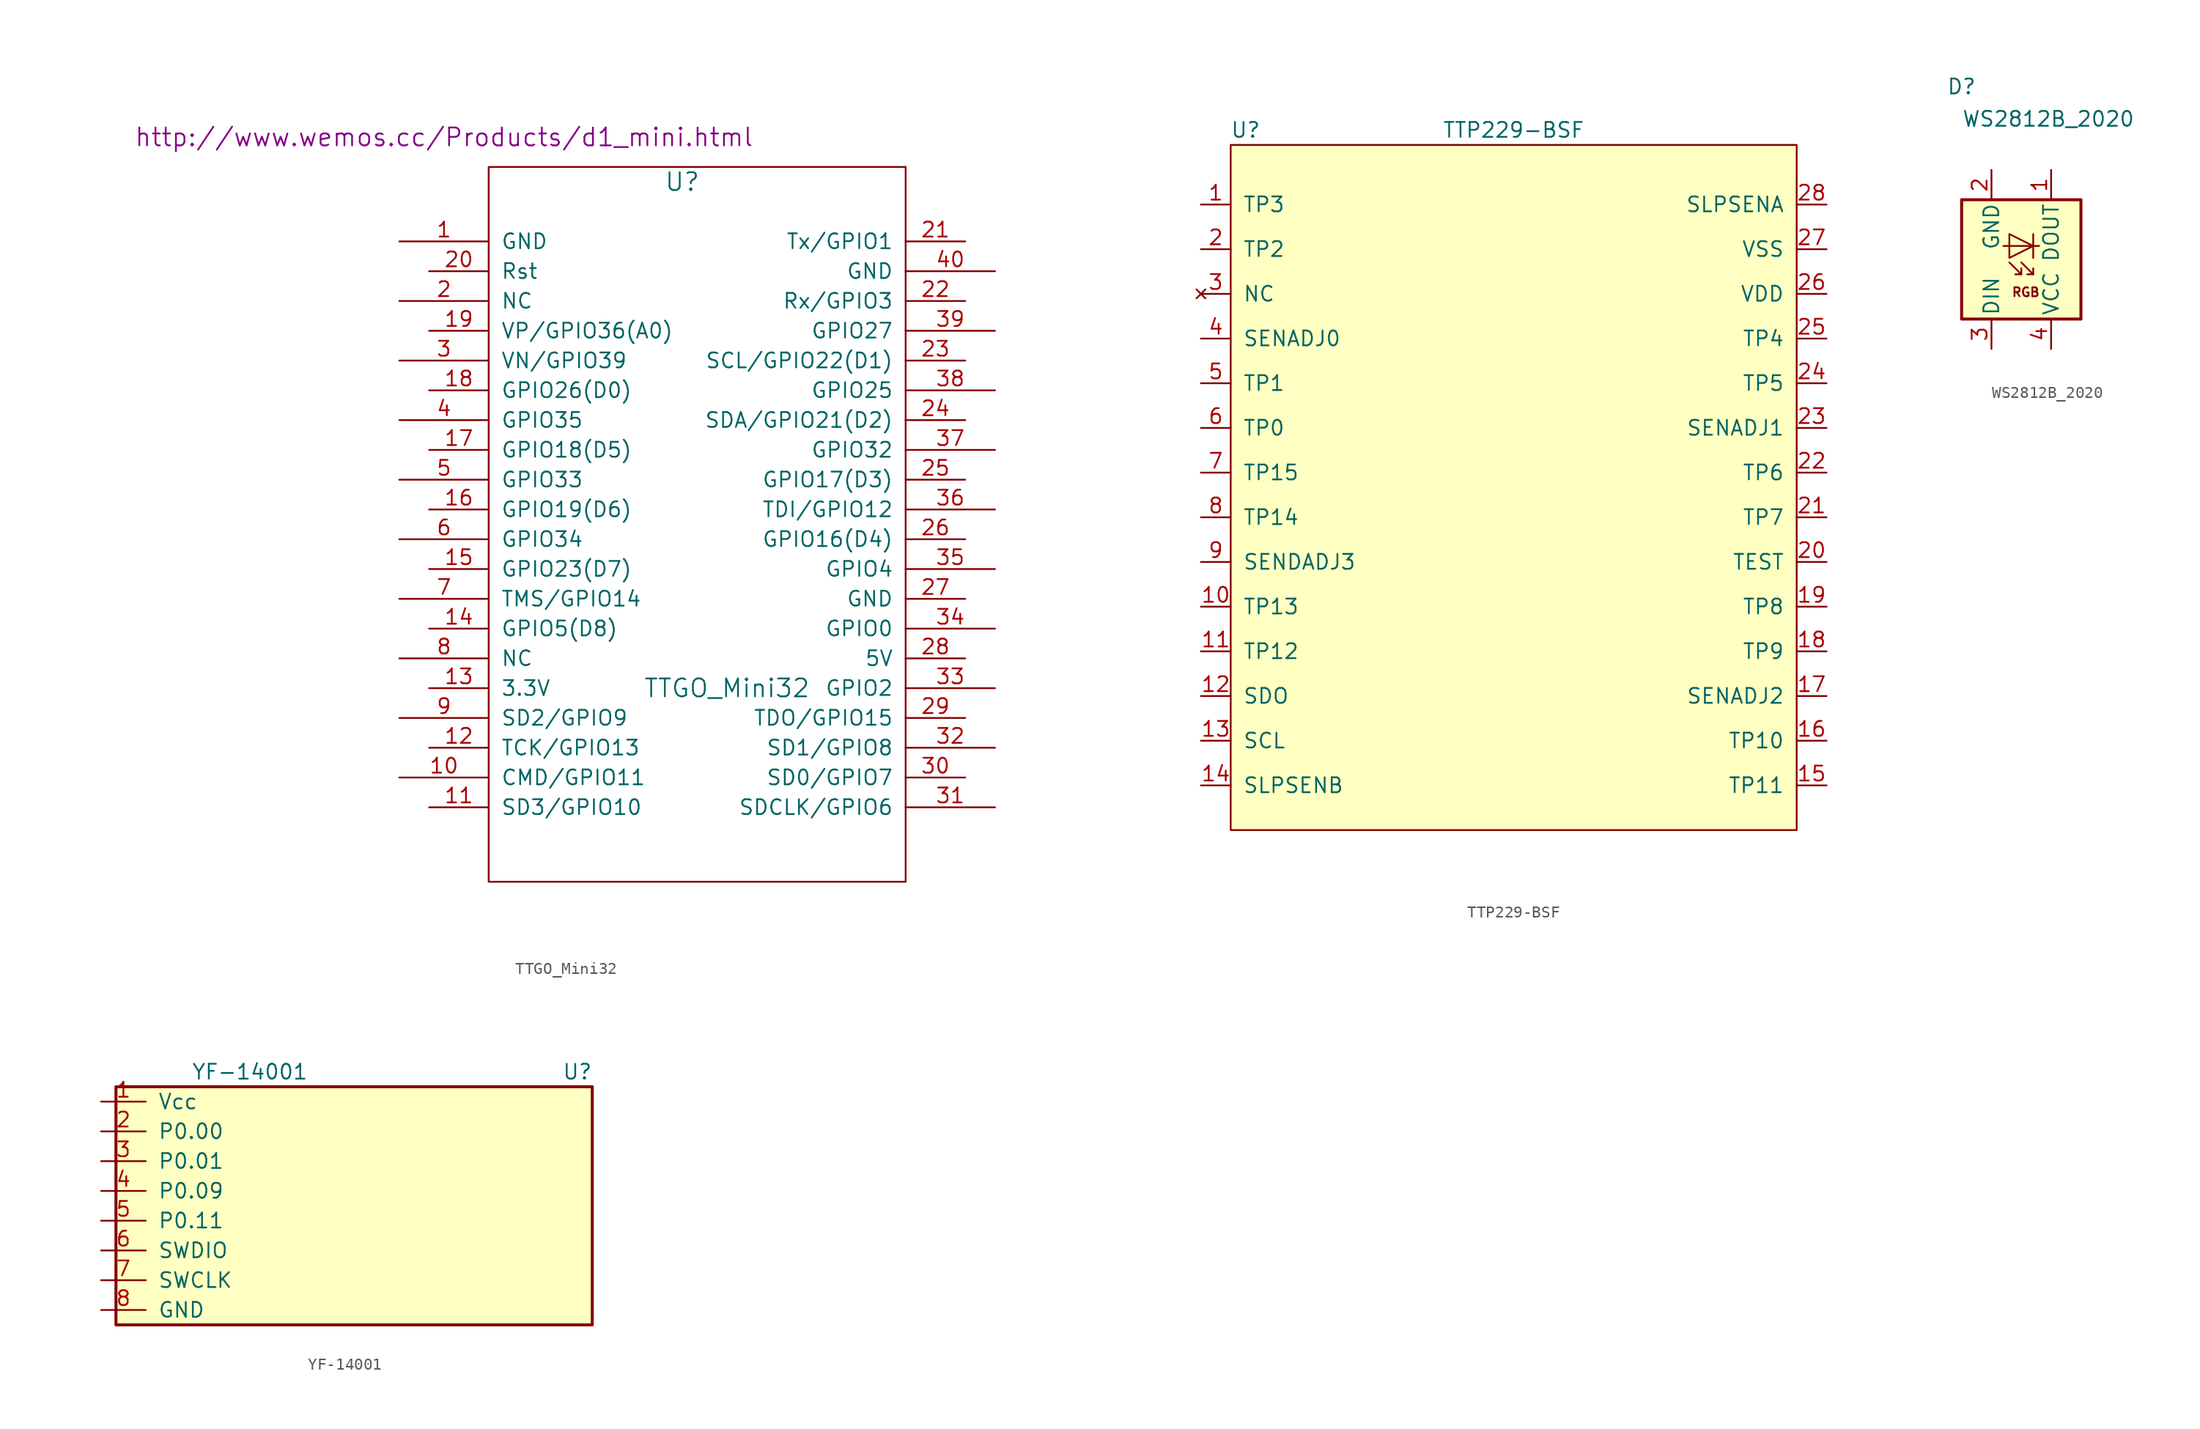
<source format=kicad_sym>
(kicad_symbol_lib
  (version 20231120)
  (generator "kicad_symbol_editor")
  (generator_version "8.0")
  (symbol "TTGO_Mini32"
    (pin_names
      (offset 1.016))
    (property "Reference" "U"
      (at -2.54 27.94 0)
      (effects (font (size 1.524 1.524))))
    (property "Value" "TTGO_Mini32"
      (at 1.27 -15.24 0)
      (effects (font (size 1.524 1.524))))
    (property "Footprint" ""
      (at -25.4 22.86 0)
      (effects (font (size 1.524 1.524))))
    (property "Datasheet" "http://www.wemos.cc/Products/d1_mini.html"
      (at -22.86 31.75 0)
      (effects (font (size 1.524 1.524))))
    (symbol "TTGO_Mini32_0_1"
      (rectangle (start 16.51 -31.75) (end -19.05 29.21) (stroke (width 0) (type default)) (fill (type none))))
    (symbol "TTGO_Mini32_1_1"
      (pin bidirectional line (at -26.67 22.86 0) (length 7.62) (name "GND" (effects (font (size 1.27 1.27)))) (number "1" (effects (font (size 1.27 1.27)))))
      (pin bidirectional line (at -26.67 -22.86 0) (length 7.62) (name "CMD/GPIO11" (effects (font (size 1.27 1.27)))) (number "10" (effects (font (size 1.27 1.27)))))
      (pin bidirectional line (at -24.13 -25.4 0) (length 5.08) (name "SD3/GPIO10" (effects (font (size 1.27 1.27)))) (number "11" (effects (font (size 1.27 1.27)))))
      (pin bidirectional line (at -24.13 -20.32 0) (length 5.08) (name "TCK/GPIO13" (effects (font (size 1.27 1.27)))) (number "12" (effects (font (size 1.27 1.27)))))
      (pin power_out line (at -24.13 -15.24 0) (length 5.08) (name "3.3V" (effects (font (size 1.27 1.27)))) (number "13" (effects (font (size 1.27 1.27)))))
      (pin bidirectional line (at -24.13 -10.16 0) (length 5.08) (name "GPIO5(D8)" (effects (font (size 1.27 1.27)))) (number "14" (effects (font (size 1.27 1.27)))))
      (pin bidirectional line (at -24.13 -5.08 0) (length 5.08) (name "GPIO23(D7)" (effects (font (size 1.27 1.27)))) (number "15" (effects (font (size 1.27 1.27)))))
      (pin bidirectional line (at -24.13 0 0) (length 5.08) (name "GPIO19(D6)" (effects (font (size 1.27 1.27)))) (number "16" (effects (font (size 1.27 1.27)))))
      (pin bidirectional line (at -24.13 5.08 0) (length 5.08) (name "GPIO18(D5)" (effects (font (size 1.27 1.27)))) (number "17" (effects (font (size 1.27 1.27)))))
      (pin bidirectional line (at -24.13 10.16 0) (length 5.08) (name "GPIO26(D0)" (effects (font (size 1.27 1.27)))) (number "18" (effects (font (size 1.27 1.27)))))
      (pin bidirectional line (at -24.13 15.24 0) (length 5.08) (name "VP/GPIO36(A0)" (effects (font (size 1.27 1.27)))) (number "19" (effects (font (size 1.27 1.27)))))
      (pin bidirectional line (at -26.67 17.78 0) (length 7.62) (name "NC" (effects (font (size 1.27 1.27)))) (number "2" (effects (font (size 1.27 1.27)))))
      (pin bidirectional line (at -24.13 20.32 0) (length 5.08) (name "Rst" (effects (font (size 1.27 1.27)))) (number "20" (effects (font (size 1.27 1.27)))))
      (pin bidirectional line (at 21.59 22.86 180) (length 5.08) (name "Tx/GPIO1" (effects (font (size 1.27 1.27)))) (number "21" (effects (font (size 1.27 1.27)))))
      (pin bidirectional line (at 21.59 17.78 180) (length 5.08) (name "Rx/GPIO3" (effects (font (size 1.27 1.27)))) (number "22" (effects (font (size 1.27 1.27)))))
      (pin bidirectional line (at 21.59 12.7 180) (length 5.08) (name "SCL/GPIO22(D1)" (effects (font (size 1.27 1.27)))) (number "23" (effects (font (size 1.27 1.27)))))
      (pin bidirectional line (at 21.59 7.62 180) (length 5.08) (name "SDA/GPIO21(D2)" (effects (font (size 1.27 1.27)))) (number "24" (effects (font (size 1.27 1.27)))))
      (pin bidirectional line (at 21.59 2.54 180) (length 5.08) (name "GPIO17(D3)" (effects (font (size 1.27 1.27)))) (number "25" (effects (font (size 1.27 1.27)))))
      (pin bidirectional line (at 21.59 -2.54 180) (length 5.08) (name "GPIO16(D4)" (effects (font (size 1.27 1.27)))) (number "26" (effects (font (size 1.27 1.27)))))
      (pin power_in line (at 21.59 -7.62 180) (length 5.08) (name "GND" (effects (font (size 1.27 1.27)))) (number "27" (effects (font (size 1.27 1.27)))))
      (pin power_in line (at 21.59 -12.7 180) (length 5.08) (name "5V" (effects (font (size 1.27 1.27)))) (number "28" (effects (font (size 1.27 1.27)))))
      (pin bidirectional line (at 21.59 -17.78 180) (length 5.08) (name "TDO/GPIO15" (effects (font (size 1.27 1.27)))) (number "29" (effects (font (size 1.27 1.27)))))
      (pin bidirectional line (at -26.67 12.7 0) (length 7.62) (name "VN/GPIO39" (effects (font (size 1.27 1.27)))) (number "3" (effects (font (size 1.27 1.27)))))
      (pin bidirectional line (at 21.59 -22.86 180) (length 5.08) (name "SD0/GPIO7" (effects (font (size 1.27 1.27)))) (number "30" (effects (font (size 1.27 1.27)))))
      (pin bidirectional line (at 24.13 -25.4 180) (length 7.62) (name "SDCLK/GPIO6" (effects (font (size 1.27 1.27)))) (number "31" (effects (font (size 1.27 1.27)))))
      (pin bidirectional line (at 24.13 -20.32 180) (length 7.62) (name "SD1/GPIO8" (effects (font (size 1.27 1.27)))) (number "32" (effects (font (size 1.27 1.27)))))
      (pin bidirectional line (at 24.13 -15.24 180) (length 7.62) (name "GPIO2" (effects (font (size 1.27 1.27)))) (number "33" (effects (font (size 1.27 1.27)))))
      (pin bidirectional line (at 24.13 -10.16 180) (length 7.62) (name "GPIO0" (effects (font (size 1.27 1.27)))) (number "34" (effects (font (size 1.27 1.27)))))
      (pin bidirectional line (at 24.13 -5.08 180) (length 7.62) (name "GPIO4" (effects (font (size 1.27 1.27)))) (number "35" (effects (font (size 1.27 1.27)))))
      (pin bidirectional line (at 24.13 0 180) (length 7.62) (name "TDI/GPIO12" (effects (font (size 1.27 1.27)))) (number "36" (effects (font (size 1.27 1.27)))))
      (pin bidirectional line (at 24.13 5.08 180) (length 7.62) (name "GPIO32" (effects (font (size 1.27 1.27)))) (number "37" (effects (font (size 1.27 1.27)))))
      (pin bidirectional line (at 24.13 10.16 180) (length 7.62) (name "GPIO25" (effects (font (size 1.27 1.27)))) (number "38" (effects (font (size 1.27 1.27)))))
      (pin bidirectional line (at 24.13 15.24 180) (length 7.62) (name "GPIO27" (effects (font (size 1.27 1.27)))) (number "39" (effects (font (size 1.27 1.27)))))
      (pin bidirectional line (at -26.67 7.62 0) (length 7.62) (name "GPIO35" (effects (font (size 1.27 1.27)))) (number "4" (effects (font (size 1.27 1.27)))))
      (pin power_in line (at 24.13 20.32 180) (length 7.62) (name "GND" (effects (font (size 1.27 1.27)))) (number "40" (effects (font (size 1.27 1.27)))))
      (pin bidirectional line (at -26.67 2.54 0) (length 7.62) (name "GPIO33" (effects (font (size 1.27 1.27)))) (number "5" (effects (font (size 1.27 1.27)))))
      (pin bidirectional line (at -26.67 -2.54 0) (length 7.62) (name "GPIO34" (effects (font (size 1.27 1.27)))) (number "6" (effects (font (size 1.27 1.27)))))
      (pin bidirectional line (at -26.67 -7.62 0) (length 7.62) (name "TMS/GPIO14" (effects (font (size 1.27 1.27)))) (number "7" (effects (font (size 1.27 1.27)))))
      (pin bidirectional line (at -26.67 -12.7 0) (length 7.62) (name "NC" (effects (font (size 1.27 1.27)))) (number "8" (effects (font (size 1.27 1.27)))))
      (pin bidirectional line (at -26.67 -17.78 0) (length 7.62) (name "SD2/GPIO9" (effects (font (size 1.27 1.27)))) (number "9" (effects (font (size 1.27 1.27)))))))
  (symbol "TTP229-BSF"
    (pin_names
      (offset 1.016))
    (property "Reference" "U"
      (at -21.59 13.97 0)
      (effects (font (size 1.27 1.27))))
    (property "Value" "TTP229-BSF"
      (at 1.27 13.97 0)
      (effects (font (size 1.27 1.27))))
    (symbol "TTP229-BSF_0_1"
      (rectangle (start -22.86 12.7) (end 25.4 -45.72) (stroke (width 0) (type default)) (fill (type background))))
    (symbol "TTP229-BSF_1_1"
      (pin input line (at -25.4 7.62 0) (length 2.54) (name "TP3" (effects (font (size 1.27 1.27)))) (number "1" (effects (font (size 1.27 1.27)))))
      (pin input line (at -25.4 -26.67 0) (length 2.54) (name "TP13" (effects (font (size 1.27 1.27)))) (number "10" (effects (font (size 1.27 1.27)))))
      (pin input line (at -25.4 -30.48 0) (length 2.54) (name "TP12" (effects (font (size 1.27 1.27)))) (number "11" (effects (font (size 1.27 1.27)))))
      (pin output line (at -25.4 -34.29 0) (length 2.54) (name "SDO" (effects (font (size 1.27 1.27)))) (number "12" (effects (font (size 1.27 1.27)))))
      (pin input line (at -25.4 -38.1 0) (length 2.54) (name "SCL" (effects (font (size 1.27 1.27)))) (number "13" (effects (font (size 1.27 1.27)))))
      (pin input line (at -25.4 -41.91 0) (length 2.54) (name "SLPSENB" (effects (font (size 1.27 1.27)))) (number "14" (effects (font (size 1.27 1.27)))))
      (pin input line (at 27.94 -41.91 180) (length 2.54) (name "TP11" (effects (font (size 1.27 1.27)))) (number "15" (effects (font (size 1.27 1.27)))))
      (pin input line (at 27.94 -38.1 180) (length 2.54) (name "TP10" (effects (font (size 1.27 1.27)))) (number "16" (effects (font (size 1.27 1.27)))))
      (pin input line (at 27.94 -34.29 180) (length 2.54) (name "SENADJ2" (effects (font (size 1.27 1.27)))) (number "17" (effects (font (size 1.27 1.27)))))
      (pin input line (at 27.94 -30.48 180) (length 2.54) (name "TP9" (effects (font (size 1.27 1.27)))) (number "18" (effects (font (size 1.27 1.27)))))
      (pin input line (at 27.94 -26.67 180) (length 2.54) (name "TP8" (effects (font (size 1.27 1.27)))) (number "19" (effects (font (size 1.27 1.27)))))
      (pin input line (at -25.4 3.81 0) (length 2.54) (name "TP2" (effects (font (size 1.27 1.27)))) (number "2" (effects (font (size 1.27 1.27)))))
      (pin input line (at 27.94 -22.86 180) (length 2.54) (name "TEST" (effects (font (size 1.27 1.27)))) (number "20" (effects (font (size 1.27 1.27)))))
      (pin input line (at 27.94 -19.05 180) (length 2.54) (name "TP7" (effects (font (size 1.27 1.27)))) (number "21" (effects (font (size 1.27 1.27)))))
      (pin input line (at 27.94 -15.24 180) (length 2.54) (name "TP6" (effects (font (size 1.27 1.27)))) (number "22" (effects (font (size 1.27 1.27)))))
      (pin input line (at 27.94 -11.43 180) (length 2.54) (name "SENADJ1" (effects (font (size 1.27 1.27)))) (number "23" (effects (font (size 1.27 1.27)))))
      (pin input line (at 27.94 -7.62 180) (length 2.54) (name "TP5" (effects (font (size 1.27 1.27)))) (number "24" (effects (font (size 1.27 1.27)))))
      (pin input line (at 27.94 -3.81 180) (length 2.54) (name "TP4" (effects (font (size 1.27 1.27)))) (number "25" (effects (font (size 1.27 1.27)))))
      (pin power_in line (at 27.94 0 180) (length 2.54) (name "VDD" (effects (font (size 1.27 1.27)))) (number "26" (effects (font (size 1.27 1.27)))))
      (pin power_in line (at 27.94 3.81 180) (length 2.54) (name "VSS" (effects (font (size 1.27 1.27)))) (number "27" (effects (font (size 1.27 1.27)))))
      (pin input line (at 27.94 7.62 180) (length 2.54) (name "SLPSENA" (effects (font (size 1.27 1.27)))) (number "28" (effects (font (size 1.27 1.27)))))
      (pin no_connect line (at -25.4 0 0) (length 2.54) (name "NC" (effects (font (size 1.27 1.27)))) (number "3" (effects (font (size 1.27 1.27)))))
      (pin input line (at -25.4 -3.81 0) (length 2.54) (name "SENADJ0" (effects (font (size 1.27 1.27)))) (number "4" (effects (font (size 1.27 1.27)))))
      (pin input line (at -25.4 -7.62 0) (length 2.54) (name "TP1" (effects (font (size 1.27 1.27)))) (number "5" (effects (font (size 1.27 1.27)))))
      (pin input line (at -25.4 -11.43 0) (length 2.54) (name "TP0" (effects (font (size 1.27 1.27)))) (number "6" (effects (font (size 1.27 1.27)))))
      (pin input line (at -25.4 -15.24 0) (length 2.54) (name "TP15" (effects (font (size 1.27 1.27)))) (number "7" (effects (font (size 1.27 1.27)))))
      (pin input line (at -25.4 -19.05 0) (length 2.54) (name "TP14" (effects (font (size 1.27 1.27)))) (number "8" (effects (font (size 1.27 1.27)))))
      (pin input line (at -25.4 -22.86 0) (length 2.54) (name "SENDADJ3" (effects (font (size 1.27 1.27)))) (number "9" (effects (font (size 1.27 1.27)))))))
  (symbol "WS2812B_2020"
    (pin_names
      (offset 0.254))
    (property "Reference" "D"
      (at -3.81 13.97 0)
      (effects (font (size 1.27 1.27)) (justify right bottom)))
    (property "Value" "WS2812B_2020"
      (at -5.08 12.7 0)
      (effects (font (size 1.27 1.27)) (justify left top)))
    (symbol "WS2812B_2020_0_0"
      (text "RGB" (at 0.381 -2.794 0) (effects (font (size 0.762 0.762)))))
    (symbol "WS2812B_2020_0_1"
      (rectangle (start -5.08 5.08) (end 5.08 -5.08) (stroke (width 0.254) (type default)) (fill (type background)))
      (polyline (pts (xy 0 -1.27) (xy 0 -0.762)) (stroke (width 0) (type default)) (fill (type none)))
      (polyline (pts (xy 1.016 -1.27) (xy 1.016 -0.762)) (stroke (width 0) (type default)) (fill (type none)))
      (polyline (pts (xy 1.016 2.159) (xy 1.016 0.127)) (stroke (width 0) (type default)) (fill (type none)))
      (polyline (pts (xy -1.524 1.143) (xy 1.016 1.143) (xy 1.524 1.143)) (stroke (width 0) (type default)) (fill (type none)))
      (polyline (pts (xy -1.016 -0.254) (xy 0 -1.27) (xy -0.508 -1.27)) (stroke (width 0) (type default)) (fill (type none)))
      (polyline (pts (xy 0 -0.254) (xy 1.016 -1.27) (xy 0.508 -1.27)) (stroke (width 0) (type default)) (fill (type none)))
      (polyline (pts (xy -1.016 2.159) (xy -1.016 0.127) (xy 1.016 1.143) (xy -1.016 2.159)) (stroke (width 0) (type default)) (fill (type none))))
    (symbol "WS2812B_2020_1_1"
      (pin output line (at 2.54 7.62 270) (length 2.54) (name "DOUT" (effects (font (size 1.27 1.27)))) (number "1" (effects (font (size 1.27 1.27)))))
      (pin power_in line (at -2.54 7.62 270) (length 2.54) (name "GND" (effects (font (size 1.27 1.27)))) (number "2" (effects (font (size 1.27 1.27)))))
      (pin input line (at -2.54 -7.62 90) (length 2.54) (name "DIN" (effects (font (size 1.27 1.27)))) (number "3" (effects (font (size 1.27 1.27)))))
      (pin power_in line (at 2.54 -7.62 90) (length 2.54) (name "VCC" (effects (font (size 1.27 1.27)))) (number "4" (effects (font (size 1.27 1.27)))))))
  (symbol "YF-14001"
    (pin_names
      (offset 1.016))
    (property "Reference" "U"
      (at 24.13 8.89 0)
      (effects (font (size 1.27 1.27))))
    (property "Value" "YF-14001"
      (at -3.81 8.89 0)
      (effects (font (size 1.27 1.27))))
    (symbol "YF-14001_1_1"
      (rectangle (start -15.24 -12.7) (end 25.4 7.62) (stroke (width 0.254) (type default)) (fill (type background)))
      (pin power_in line (at -16.51 6.35 0) (length 3.81) (name "Vcc" (effects (font (size 1.27 1.27)))) (number "1" (effects (font (size 1.27 1.27)))))
      (pin bidirectional line (at -16.51 3.81 0) (length 3.81) (name "P0.00" (effects (font (size 1.27 1.27)))) (number "2" (effects (font (size 1.27 1.27)))))
      (pin bidirectional line (at -16.51 1.27 0) (length 3.81) (name "P0.01" (effects (font (size 1.27 1.27)))) (number "3" (effects (font (size 1.27 1.27)))))
      (pin bidirectional line (at -16.51 -1.27 0) (length 3.81) (name "P0.09" (effects (font (size 1.27 1.27)))) (number "4" (effects (font (size 1.27 1.27)))))
      (pin bidirectional line (at -16.51 -3.81 0) (length 3.81) (name "P0.11" (effects (font (size 1.27 1.27)))) (number "5" (effects (font (size 1.27 1.27)))))
      (pin bidirectional line (at -16.51 -6.35 0) (length 3.81) (name "SWDIO" (effects (font (size 1.27 1.27)))) (number "6" (effects (font (size 1.27 1.27)))))
      (pin input line (at -16.51 -8.89 0) (length 3.81) (name "SWCLK" (effects (font (size 1.27 1.27)))) (number "7" (effects (font (size 1.27 1.27)))))
      (pin power_in line (at -16.51 -11.43 0) (length 3.81) (name "GND" (effects (font (size 1.27 1.27)))) (number "8" (effects (font (size 1.27 1.27))))))))
</source>
